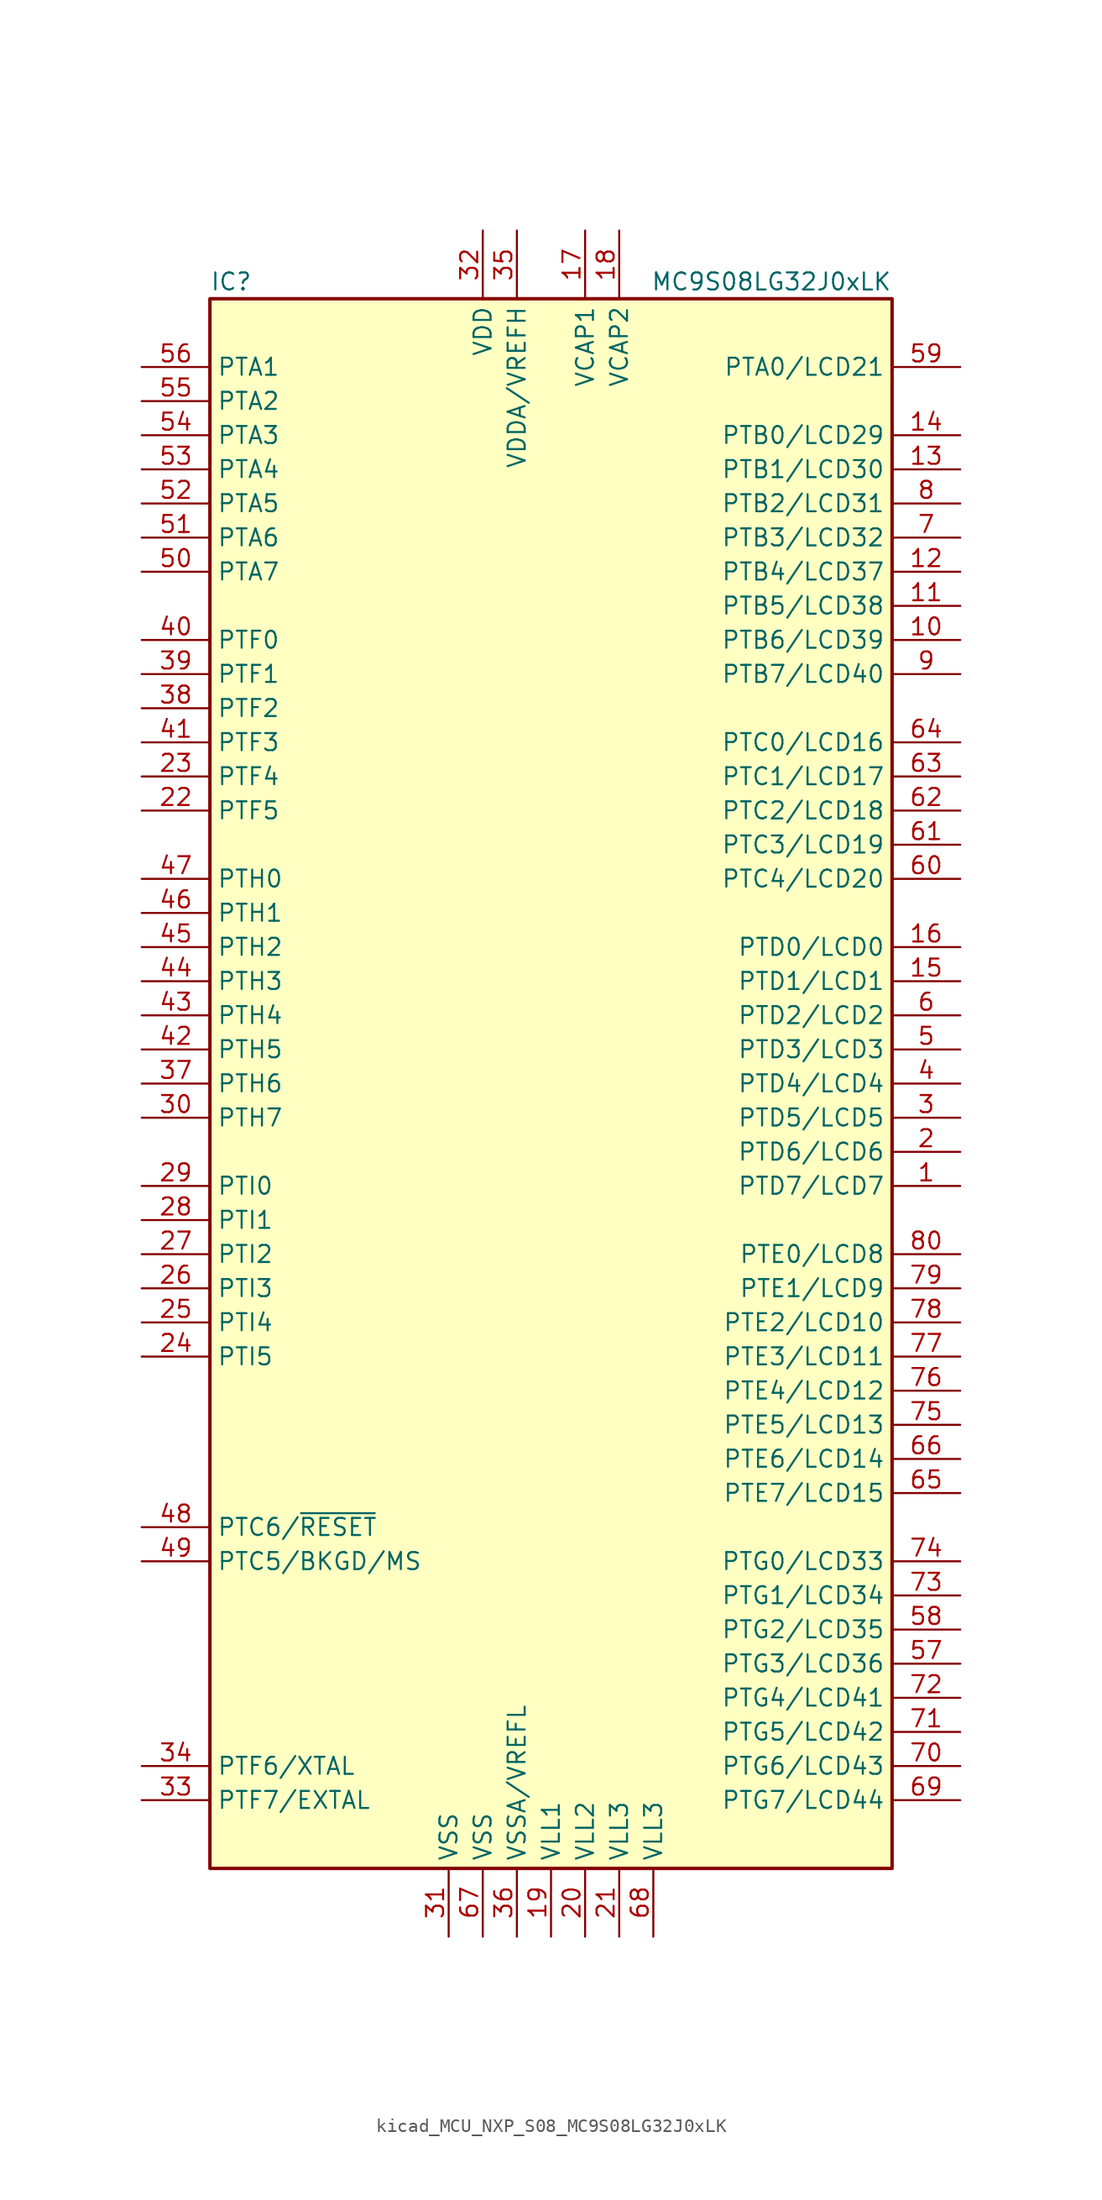
<source format=kicad_sym>
(kicad_symbol_lib
  (version 20220914)
  (generator kicad_symbol_editor)
  (symbol "kicad_MCU_NXP_S08_MC9S08LG32J0xLK"
    (property "Reference" "IC"
      (at -25.4 59.69 0)
      (effects (font (size 1.27 1.27)) (justify left)))
    (property "Value" "MC9S08LG32J0xLK"
      (at 25.4 59.69 0)
      (effects (font (size 1.27 1.27)) (justify right)))
    (symbol "kicad_MCU_NXP_S08_MC9S08LG32J0xLK_0_1"
      (rectangle (start -25.4 58.42) (end 25.4 -58.42) (stroke (width 0.254) (type default)) (fill (type background))))
    (symbol "kicad_MCU_NXP_S08_MC9S08LG32J0xLK_1_1"
      (pin bidirectional line (at 30.48 -7.62 180) (length 5.08) (name "PTD7/LCD7" (effects (font (size 1.27 1.27)))) (number "1" (effects (font (size 1.27 1.27)))))
      (pin bidirectional line (at 30.48 33.02 180) (length 5.08) (name "PTB6/LCD39" (effects (font (size 1.27 1.27)))) (number "10" (effects (font (size 1.27 1.27)))))
      (pin bidirectional line (at 30.48 35.56 180) (length 5.08) (name "PTB5/LCD38" (effects (font (size 1.27 1.27)))) (number "11" (effects (font (size 1.27 1.27)))))
      (pin bidirectional line (at 30.48 38.1 180) (length 5.08) (name "PTB4/LCD37" (effects (font (size 1.27 1.27)))) (number "12" (effects (font (size 1.27 1.27)))))
      (pin bidirectional line (at 30.48 45.72 180) (length 5.08) (name "PTB1/LCD30" (effects (font (size 1.27 1.27)))) (number "13" (effects (font (size 1.27 1.27)))))
      (pin bidirectional line (at 30.48 48.26 180) (length 5.08) (name "PTB0/LCD29" (effects (font (size 1.27 1.27)))) (number "14" (effects (font (size 1.27 1.27)))))
      (pin bidirectional line (at 30.48 7.62 180) (length 5.08) (name "PTD1/LCD1" (effects (font (size 1.27 1.27)))) (number "15" (effects (font (size 1.27 1.27)))))
      (pin bidirectional line (at 30.48 10.16 180) (length 5.08) (name "PTD0/LCD0" (effects (font (size 1.27 1.27)))) (number "16" (effects (font (size 1.27 1.27)))))
      (pin power_in line (at 2.54 63.5 270) (length 5.08) (name "VCAP1" (effects (font (size 1.27 1.27)))) (number "17" (effects (font (size 1.27 1.27)))))
      (pin power_in line (at 5.08 63.5 270) (length 5.08) (name "VCAP2" (effects (font (size 1.27 1.27)))) (number "18" (effects (font (size 1.27 1.27)))))
      (pin power_in line (at 0 -63.5 90) (length 5.08) (name "VLL1" (effects (font (size 1.27 1.27)))) (number "19" (effects (font (size 1.27 1.27)))))
      (pin bidirectional line (at 30.48 -5.08 180) (length 5.08) (name "PTD6/LCD6" (effects (font (size 1.27 1.27)))) (number "2" (effects (font (size 1.27 1.27)))))
      (pin power_in line (at 2.54 -63.5 90) (length 5.08) (name "VLL2" (effects (font (size 1.27 1.27)))) (number "20" (effects (font (size 1.27 1.27)))))
      (pin power_in line (at 5.08 -63.5 90) (length 5.08) (name "VLL3" (effects (font (size 1.27 1.27)))) (number "21" (effects (font (size 1.27 1.27)))))
      (pin bidirectional line (at -30.48 20.32 0) (length 5.08) (name "PTF5" (effects (font (size 1.27 1.27)))) (number "22" (effects (font (size 1.27 1.27)))))
      (pin bidirectional line (at -30.48 22.86 0) (length 5.08) (name "PTF4" (effects (font (size 1.27 1.27)))) (number "23" (effects (font (size 1.27 1.27)))))
      (pin bidirectional line (at -30.48 -20.32 0) (length 5.08) (name "PTI5" (effects (font (size 1.27 1.27)))) (number "24" (effects (font (size 1.27 1.27)))))
      (pin bidirectional line (at -30.48 -17.78 0) (length 5.08) (name "PTI4" (effects (font (size 1.27 1.27)))) (number "25" (effects (font (size 1.27 1.27)))))
      (pin bidirectional line (at -30.48 -15.24 0) (length 5.08) (name "PTI3" (effects (font (size 1.27 1.27)))) (number "26" (effects (font (size 1.27 1.27)))))
      (pin bidirectional line (at -30.48 -12.7 0) (length 5.08) (name "PTI2" (effects (font (size 1.27 1.27)))) (number "27" (effects (font (size 1.27 1.27)))))
      (pin bidirectional line (at -30.48 -10.16 0) (length 5.08) (name "PTI1" (effects (font (size 1.27 1.27)))) (number "28" (effects (font (size 1.27 1.27)))))
      (pin bidirectional line (at -30.48 -7.62 0) (length 5.08) (name "PTI0" (effects (font (size 1.27 1.27)))) (number "29" (effects (font (size 1.27 1.27)))))
      (pin bidirectional line (at 30.48 -2.54 180) (length 5.08) (name "PTD5/LCD5" (effects (font (size 1.27 1.27)))) (number "3" (effects (font (size 1.27 1.27)))))
      (pin bidirectional line (at -30.48 -2.54 0) (length 5.08) (name "PTH7" (effects (font (size 1.27 1.27)))) (number "30" (effects (font (size 1.27 1.27)))))
      (pin power_in line (at -7.62 -63.5 90) (length 5.08) (name "VSS" (effects (font (size 1.27 1.27)))) (number "31" (effects (font (size 1.27 1.27)))))
      (pin power_in line (at -5.08 63.5 270) (length 5.08) (name "VDD" (effects (font (size 1.27 1.27)))) (number "32" (effects (font (size 1.27 1.27)))))
      (pin bidirectional line (at -30.48 -53.34 0) (length 5.08) (name "PTF7/EXTAL" (effects (font (size 1.27 1.27)))) (number "33" (effects (font (size 1.27 1.27)))))
      (pin bidirectional line (at -30.48 -50.8 0) (length 5.08) (name "PTF6/XTAL" (effects (font (size 1.27 1.27)))) (number "34" (effects (font (size 1.27 1.27)))))
      (pin power_in line (at -2.54 63.5 270) (length 5.08) (name "VDDA/VREFH" (effects (font (size 1.27 1.27)))) (number "35" (effects (font (size 1.27 1.27)))))
      (pin power_in line (at -2.54 -63.5 90) (length 5.08) (name "VSSA/VREFL" (effects (font (size 1.27 1.27)))) (number "36" (effects (font (size 1.27 1.27)))))
      (pin bidirectional line (at -30.48 0 0) (length 5.08) (name "PTH6" (effects (font (size 1.27 1.27)))) (number "37" (effects (font (size 1.27 1.27)))))
      (pin bidirectional line (at -30.48 27.94 0) (length 5.08) (name "PTF2" (effects (font (size 1.27 1.27)))) (number "38" (effects (font (size 1.27 1.27)))))
      (pin bidirectional line (at -30.48 30.48 0) (length 5.08) (name "PTF1" (effects (font (size 1.27 1.27)))) (number "39" (effects (font (size 1.27 1.27)))))
      (pin bidirectional line (at 30.48 0 180) (length 5.08) (name "PTD4/LCD4" (effects (font (size 1.27 1.27)))) (number "4" (effects (font (size 1.27 1.27)))))
      (pin bidirectional line (at -30.48 33.02 0) (length 5.08) (name "PTF0" (effects (font (size 1.27 1.27)))) (number "40" (effects (font (size 1.27 1.27)))))
      (pin bidirectional line (at -30.48 25.4 0) (length 5.08) (name "PTF3" (effects (font (size 1.27 1.27)))) (number "41" (effects (font (size 1.27 1.27)))))
      (pin bidirectional line (at -30.48 2.54 0) (length 5.08) (name "PTH5" (effects (font (size 1.27 1.27)))) (number "42" (effects (font (size 1.27 1.27)))))
      (pin bidirectional line (at -30.48 5.08 0) (length 5.08) (name "PTH4" (effects (font (size 1.27 1.27)))) (number "43" (effects (font (size 1.27 1.27)))))
      (pin bidirectional line (at -30.48 7.62 0) (length 5.08) (name "PTH3" (effects (font (size 1.27 1.27)))) (number "44" (effects (font (size 1.27 1.27)))))
      (pin bidirectional line (at -30.48 10.16 0) (length 5.08) (name "PTH2" (effects (font (size 1.27 1.27)))) (number "45" (effects (font (size 1.27 1.27)))))
      (pin bidirectional line (at -30.48 12.7 0) (length 5.08) (name "PTH1" (effects (font (size 1.27 1.27)))) (number "46" (effects (font (size 1.27 1.27)))))
      (pin bidirectional line (at -30.48 15.24 0) (length 5.08) (name "PTH0" (effects (font (size 1.27 1.27)))) (number "47" (effects (font (size 1.27 1.27)))))
      (pin bidirectional line (at -30.48 -33.02 0) (length 5.08) (name "PTC6/~{RESET}" (effects (font (size 1.27 1.27)))) (number "48" (effects (font (size 1.27 1.27)))))
      (pin bidirectional line (at -30.48 -35.56 0) (length 5.08) (name "PTC5/BKGD/MS" (effects (font (size 1.27 1.27)))) (number "49" (effects (font (size 1.27 1.27)))))
      (pin bidirectional line (at 30.48 2.54 180) (length 5.08) (name "PTD3/LCD3" (effects (font (size 1.27 1.27)))) (number "5" (effects (font (size 1.27 1.27)))))
      (pin bidirectional line (at -30.48 38.1 0) (length 5.08) (name "PTA7" (effects (font (size 1.27 1.27)))) (number "50" (effects (font (size 1.27 1.27)))))
      (pin bidirectional line (at -30.48 40.64 0) (length 5.08) (name "PTA6" (effects (font (size 1.27 1.27)))) (number "51" (effects (font (size 1.27 1.27)))))
      (pin bidirectional line (at -30.48 43.18 0) (length 5.08) (name "PTA5" (effects (font (size 1.27 1.27)))) (number "52" (effects (font (size 1.27 1.27)))))
      (pin bidirectional line (at -30.48 45.72 0) (length 5.08) (name "PTA4" (effects (font (size 1.27 1.27)))) (number "53" (effects (font (size 1.27 1.27)))))
      (pin bidirectional line (at -30.48 48.26 0) (length 5.08) (name "PTA3" (effects (font (size 1.27 1.27)))) (number "54" (effects (font (size 1.27 1.27)))))
      (pin bidirectional line (at -30.48 50.8 0) (length 5.08) (name "PTA2" (effects (font (size 1.27 1.27)))) (number "55" (effects (font (size 1.27 1.27)))))
      (pin bidirectional line (at -30.48 53.34 0) (length 5.08) (name "PTA1" (effects (font (size 1.27 1.27)))) (number "56" (effects (font (size 1.27 1.27)))))
      (pin bidirectional line (at 30.48 -43.18 180) (length 5.08) (name "PTG3/LCD36" (effects (font (size 1.27 1.27)))) (number "57" (effects (font (size 1.27 1.27)))))
      (pin bidirectional line (at 30.48 -40.64 180) (length 5.08) (name "PTG2/LCD35" (effects (font (size 1.27 1.27)))) (number "58" (effects (font (size 1.27 1.27)))))
      (pin bidirectional line (at 30.48 53.34 180) (length 5.08) (name "PTA0/LCD21" (effects (font (size 1.27 1.27)))) (number "59" (effects (font (size 1.27 1.27)))))
      (pin bidirectional line (at 30.48 5.08 180) (length 5.08) (name "PTD2/LCD2" (effects (font (size 1.27 1.27)))) (number "6" (effects (font (size 1.27 1.27)))))
      (pin bidirectional line (at 30.48 15.24 180) (length 5.08) (name "PTC4/LCD20" (effects (font (size 1.27 1.27)))) (number "60" (effects (font (size 1.27 1.27)))))
      (pin bidirectional line (at 30.48 17.78 180) (length 5.08) (name "PTC3/LCD19" (effects (font (size 1.27 1.27)))) (number "61" (effects (font (size 1.27 1.27)))))
      (pin bidirectional line (at 30.48 20.32 180) (length 5.08) (name "PTC2/LCD18" (effects (font (size 1.27 1.27)))) (number "62" (effects (font (size 1.27 1.27)))))
      (pin bidirectional line (at 30.48 22.86 180) (length 5.08) (name "PTC1/LCD17" (effects (font (size 1.27 1.27)))) (number "63" (effects (font (size 1.27 1.27)))))
      (pin bidirectional line (at 30.48 25.4 180) (length 5.08) (name "PTC0/LCD16" (effects (font (size 1.27 1.27)))) (number "64" (effects (font (size 1.27 1.27)))))
      (pin bidirectional line (at 30.48 -30.48 180) (length 5.08) (name "PTE7/LCD15" (effects (font (size 1.27 1.27)))) (number "65" (effects (font (size 1.27 1.27)))))
      (pin bidirectional line (at 30.48 -27.94 180) (length 5.08) (name "PTE6/LCD14" (effects (font (size 1.27 1.27)))) (number "66" (effects (font (size 1.27 1.27)))))
      (pin power_in line (at -5.08 -63.5 90) (length 5.08) (name "VSS" (effects (font (size 1.27 1.27)))) (number "67" (effects (font (size 1.27 1.27)))))
      (pin power_in line (at 7.62 -63.5 90) (length 5.08) (name "VLL3" (effects (font (size 1.27 1.27)))) (number "68" (effects (font (size 1.27 1.27)))))
      (pin bidirectional line (at 30.48 -53.34 180) (length 5.08) (name "PTG7/LCD44" (effects (font (size 1.27 1.27)))) (number "69" (effects (font (size 1.27 1.27)))))
      (pin bidirectional line (at 30.48 40.64 180) (length 5.08) (name "PTB3/LCD32" (effects (font (size 1.27 1.27)))) (number "7" (effects (font (size 1.27 1.27)))))
      (pin bidirectional line (at 30.48 -50.8 180) (length 5.08) (name "PTG6/LCD43" (effects (font (size 1.27 1.27)))) (number "70" (effects (font (size 1.27 1.27)))))
      (pin bidirectional line (at 30.48 -48.26 180) (length 5.08) (name "PTG5/LCD42" (effects (font (size 1.27 1.27)))) (number "71" (effects (font (size 1.27 1.27)))))
      (pin bidirectional line (at 30.48 -45.72 180) (length 5.08) (name "PTG4/LCD41" (effects (font (size 1.27 1.27)))) (number "72" (effects (font (size 1.27 1.27)))))
      (pin bidirectional line (at 30.48 -38.1 180) (length 5.08) (name "PTG1/LCD34" (effects (font (size 1.27 1.27)))) (number "73" (effects (font (size 1.27 1.27)))))
      (pin bidirectional line (at 30.48 -35.56 180) (length 5.08) (name "PTG0/LCD33" (effects (font (size 1.27 1.27)))) (number "74" (effects (font (size 1.27 1.27)))))
      (pin bidirectional line (at 30.48 -25.4 180) (length 5.08) (name "PTE5/LCD13" (effects (font (size 1.27 1.27)))) (number "75" (effects (font (size 1.27 1.27)))))
      (pin bidirectional line (at 30.48 -22.86 180) (length 5.08) (name "PTE4/LCD12" (effects (font (size 1.27 1.27)))) (number "76" (effects (font (size 1.27 1.27)))))
      (pin bidirectional line (at 30.48 -20.32 180) (length 5.08) (name "PTE3/LCD11" (effects (font (size 1.27 1.27)))) (number "77" (effects (font (size 1.27 1.27)))))
      (pin bidirectional line (at 30.48 -17.78 180) (length 5.08) (name "PTE2/LCD10" (effects (font (size 1.27 1.27)))) (number "78" (effects (font (size 1.27 1.27)))))
      (pin bidirectional line (at 30.48 -15.24 180) (length 5.08) (name "PTE1/LCD9" (effects (font (size 1.27 1.27)))) (number "79" (effects (font (size 1.27 1.27)))))
      (pin bidirectional line (at 30.48 43.18 180) (length 5.08) (name "PTB2/LCD31" (effects (font (size 1.27 1.27)))) (number "8" (effects (font (size 1.27 1.27)))))
      (pin bidirectional line (at 30.48 -12.7 180) (length 5.08) (name "PTE0/LCD8" (effects (font (size 1.27 1.27)))) (number "80" (effects (font (size 1.27 1.27)))))
      (pin bidirectional line (at 30.48 30.48 180) (length 5.08) (name "PTB7/LCD40" (effects (font (size 1.27 1.27)))) (number "9" (effects (font (size 1.27 1.27))))))))
</source>
